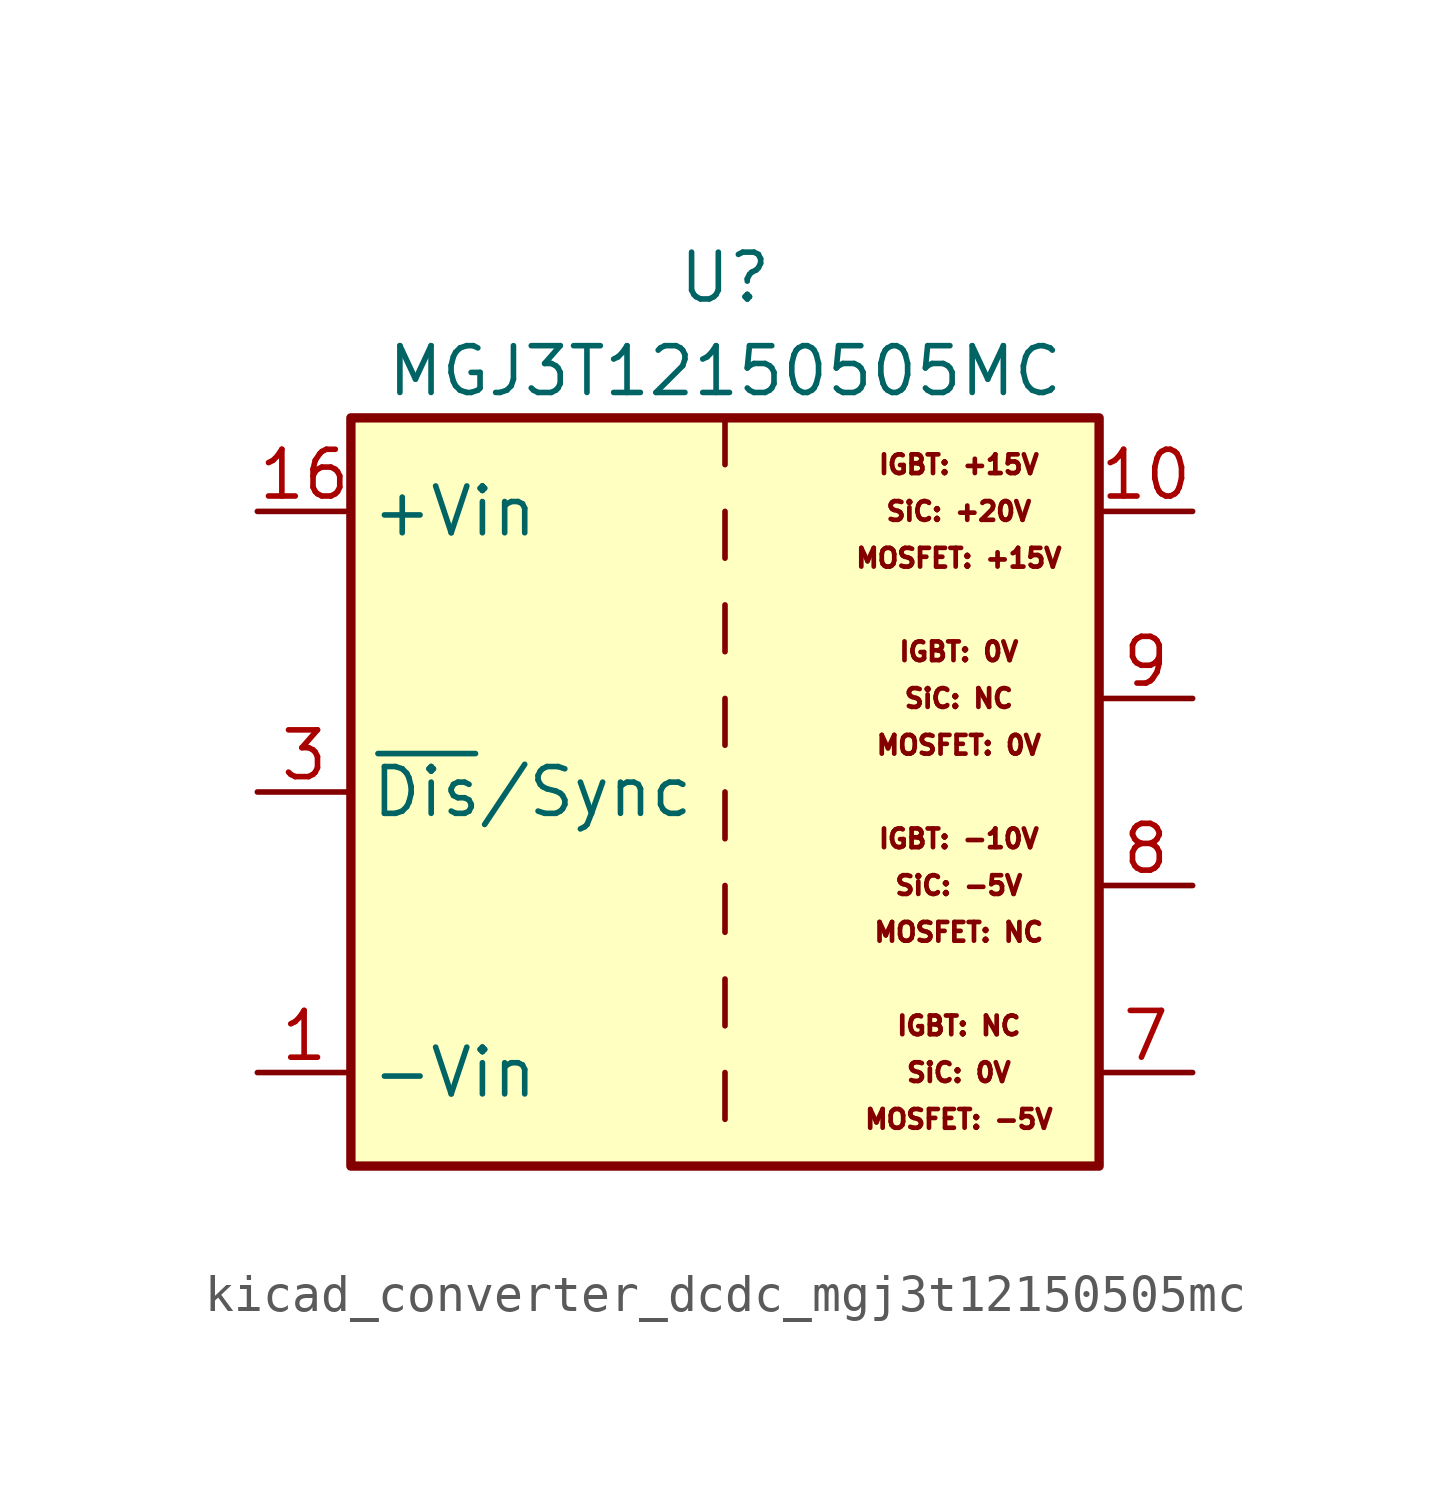
<source format=kicad_sym>
(kicad_symbol_lib
  (version 20220914)
  (generator kicad_symbol_editor)
  (symbol "kicad_converter_dcdc_mgj3t12150505mc"
    (property "Reference" "U"
      (at 0 13.97 0)
      (effects (font (size 1.27 1.27))))
    (property "Value" "MGJ3T12150505MC"
      (at 0 11.43 0)
      (effects (font (size 1.27 1.27))))
    (symbol "kicad_converter_dcdc_mgj3t12150505mc_0_0"
      (text "IGBT: +15V" (at 6.35 8.89 0) (effects (font (size 0.508 0.508))))
      (text "IGBT: -10V" (at 6.35 -1.27 0) (effects (font (size 0.508 0.508))))
      (text "IGBT: 0V" (at 6.35 3.81 0) (effects (font (size 0.508 0.508))))
      (text "IGBT: NC" (at 6.35 -6.35 0) (effects (font (size 0.508 0.508))))
      (text "MOSFET: +15V" (at 6.35 6.35 0) (effects (font (size 0.508 0.508))))
      (text "MOSFET: -5V" (at 6.35 -8.89 0) (effects (font (size 0.508 0.508))))
      (text "MOSFET: 0V" (at 6.35 1.27 0) (effects (font (size 0.508 0.508))))
      (text "MOSFET: NC" (at 6.35 -3.81 0) (effects (font (size 0.508 0.508))))
      (text "SiC: +20V" (at 6.35 7.62 0) (effects (font (size 0.508 0.508))))
      (text "SiC: -5V" (at 6.35 -2.54 0) (effects (font (size 0.508 0.508))))
      (text "SiC: 0V" (at 6.35 -7.62 0) (effects (font (size 0.508 0.508))))
      (text "SiC: NC" (at 6.35 2.54 0) (effects (font (size 0.508 0.508)))))
    (symbol "kicad_converter_dcdc_mgj3t12150505mc_0_1"
      (rectangle (start -10.16 10.16) (end 10.16 -10.16) (stroke (width 0.254) (type default)) (fill (type background)))
      (polyline (pts (xy 0 -7.62) (xy 0 -8.89)) (stroke (width 0) (type default)) (fill (type none)))
      (polyline (pts (xy 0 -5.08) (xy 0 -6.35)) (stroke (width 0) (type default)) (fill (type none)))
      (polyline (pts (xy 0 -2.54) (xy 0 -3.81)) (stroke (width 0) (type default)) (fill (type none)))
      (polyline (pts (xy 0 0) (xy 0 -1.27)) (stroke (width 0) (type default)) (fill (type none)))
      (polyline (pts (xy 0 2.54) (xy 0 1.27)) (stroke (width 0) (type default)) (fill (type none)))
      (polyline (pts (xy 0 5.08) (xy 0 3.81)) (stroke (width 0) (type default)) (fill (type none)))
      (polyline (pts (xy 0 7.62) (xy 0 6.35)) (stroke (width 0) (type default)) (fill (type none)))
      (polyline (pts (xy 0 10.16) (xy 0 8.89)) (stroke (width 0) (type default)) (fill (type none))))
    (symbol "kicad_converter_dcdc_mgj3t12150505mc_1_1"
      (pin power_in line (at -12.7 -7.62 0) (length 2.54) (name "-Vin" (effects (font (size 1.27 1.27)))) (number "1" (effects (font (size 1.27 1.27)))))
      (pin power_out line (at 12.7 7.62 180) (length 2.54) (name "~" (effects (font (size 1.27 1.27)))) (number "10" (effects (font (size 1.27 1.27)))))
      (pin power_in line (at -12.7 7.62 0) (length 2.54) (name "+Vin" (effects (font (size 1.27 1.27)))) (number "16" (effects (font (size 1.27 1.27)))))
      (pin input line (at -12.7 0 0) (length 2.54) (name "~{Dis}/Sync" (effects (font (size 1.27 1.27)))) (number "3" (effects (font (size 1.27 1.27)))))
      (pin power_out line (at 12.7 -7.62 180) (length 2.54) (name "~" (effects (font (size 1.27 1.27)))) (number "7" (effects (font (size 1.27 1.27)))))
      (pin power_out line (at 12.7 -2.54 180) (length 2.54) (name "~" (effects (font (size 1.27 1.27)))) (number "8" (effects (font (size 1.27 1.27)))))
      (pin power_out line (at 12.7 2.54 180) (length 2.54) (name "~" (effects (font (size 1.27 1.27)))) (number "9" (effects (font (size 1.27 1.27))))))))
</source>
